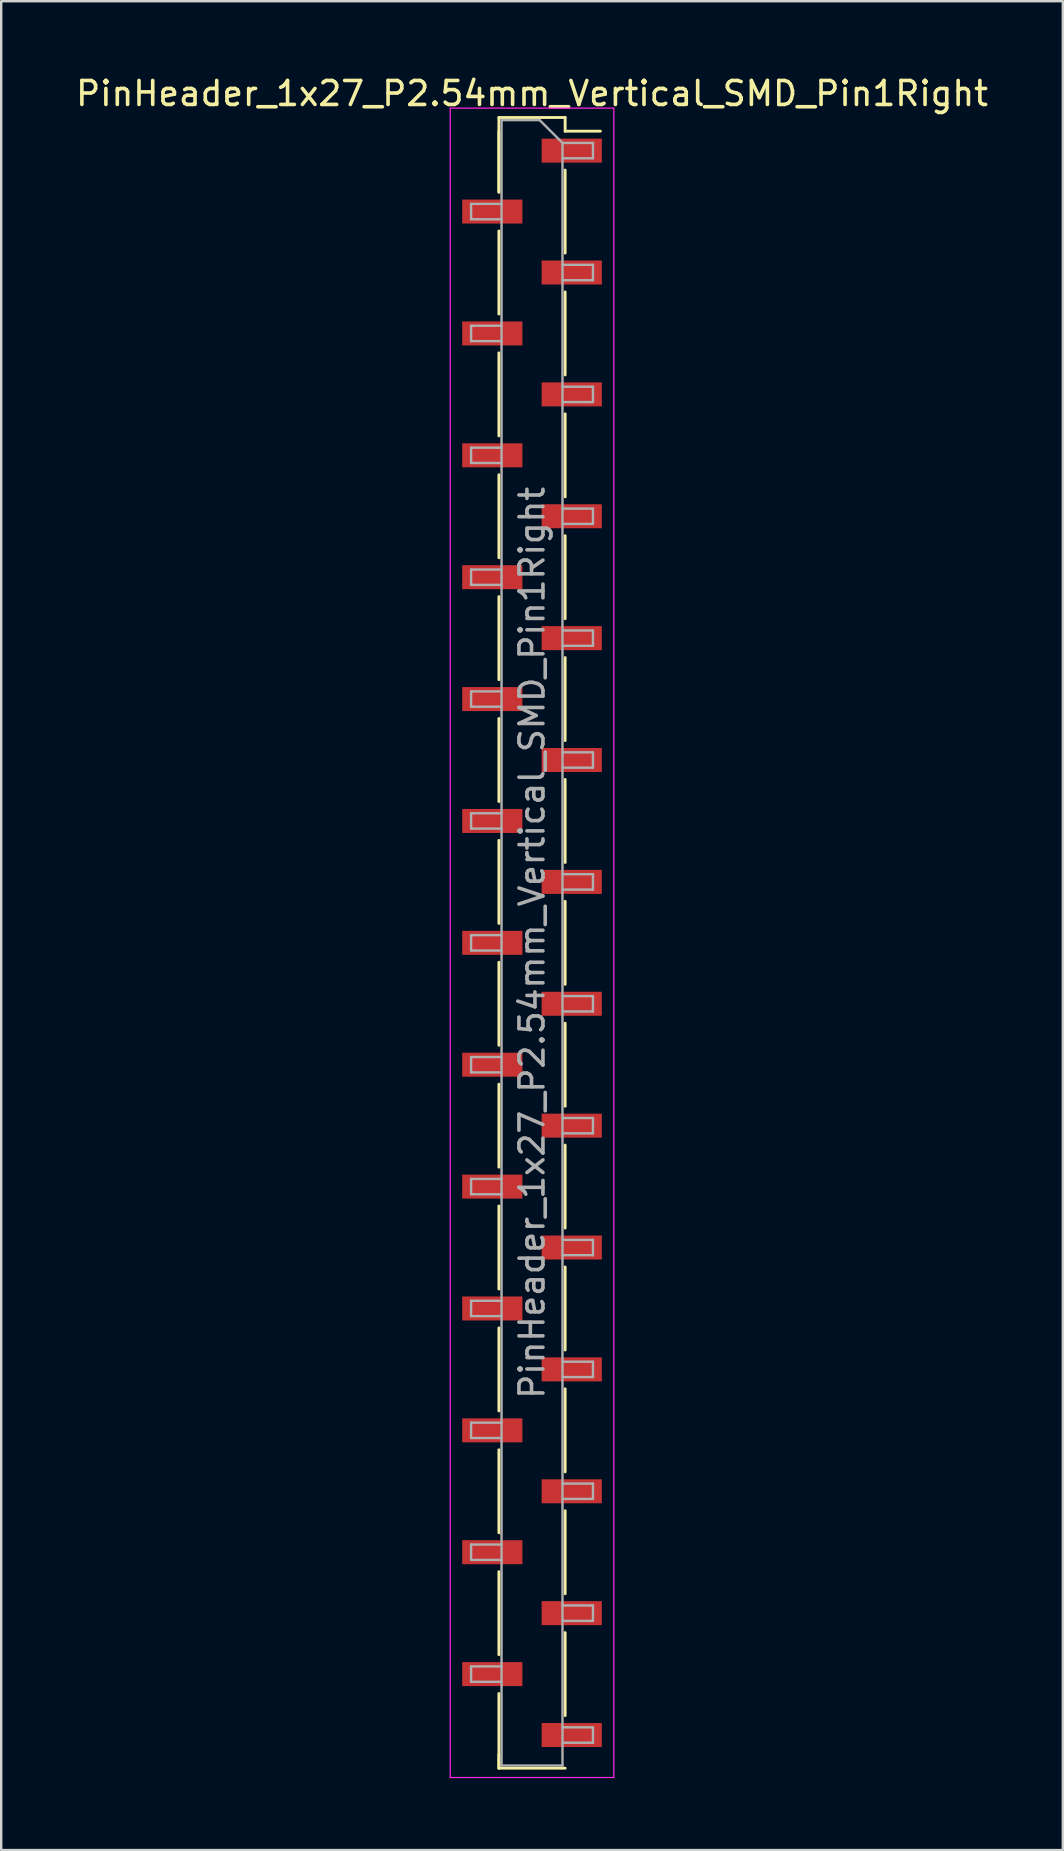
<source format=kicad_pcb>
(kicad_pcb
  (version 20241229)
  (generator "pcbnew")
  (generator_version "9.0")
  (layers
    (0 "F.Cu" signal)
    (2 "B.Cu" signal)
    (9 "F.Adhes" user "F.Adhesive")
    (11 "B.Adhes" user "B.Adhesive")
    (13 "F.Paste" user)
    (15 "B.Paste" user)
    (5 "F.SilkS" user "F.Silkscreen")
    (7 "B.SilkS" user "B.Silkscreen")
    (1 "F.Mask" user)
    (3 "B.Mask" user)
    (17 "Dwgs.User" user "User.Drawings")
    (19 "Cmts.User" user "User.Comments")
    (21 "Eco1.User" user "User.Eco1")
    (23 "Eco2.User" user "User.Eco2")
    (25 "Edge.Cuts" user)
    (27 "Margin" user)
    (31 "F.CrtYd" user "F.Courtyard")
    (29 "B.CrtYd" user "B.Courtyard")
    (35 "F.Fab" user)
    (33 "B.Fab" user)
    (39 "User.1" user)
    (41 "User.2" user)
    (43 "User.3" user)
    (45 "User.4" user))
  (footprint "PinHeader_1x27_P2.54mm_Vertical_SMD_Pin1Right"
    (layer "F.Cu")
    (at 19.125 36.248)
    (property "Reference" "PinHeader_1x27_P2.54mm_Vertical_SMD_Pin1Right" (at 0 -35.4 0) (layer "F.SilkS") (effects (font (size 1 1) (thickness 0.15))))
    (attr smd)
    (fp_line (start -1.38 -34.4) (end -1.38 -31.29) (stroke (width 0.12) (type solid)) (layer "F.SilkS"))
    (fp_line (start -1.38 -34.4) (end 1.38 -34.4) (stroke (width 0.12) (type solid)) (layer "F.SilkS"))
    (fp_line (start -1.38 -33.83) (end -1.38 -31.29) (stroke (width 0.12) (type solid)) (layer "F.SilkS"))
    (fp_line (start -1.38 -29.67) (end -1.38 -26.21) (stroke (width 0.12) (type solid)) (layer "F.SilkS"))
    (fp_line (start -1.38 -24.59) (end -1.38 -21.13) (stroke (width 0.12) (type solid)) (layer "F.SilkS"))
    (fp_line (start -1.38 -19.51) (end -1.38 -16.05) (stroke (width 0.12) (type solid)) (layer "F.SilkS"))
    (fp_line (start -1.38 -14.43) (end -1.38 -10.97) (stroke (width 0.12) (type solid)) (layer "F.SilkS"))
    (fp_line (start -1.38 -9.35) (end -1.38 -5.89) (stroke (width 0.12) (type solid)) (layer "F.SilkS"))
    (fp_line (start -1.38 -4.27) (end -1.38 -0.81) (stroke (width 0.12) (type solid)) (layer "F.SilkS"))
    (fp_line (start -1.38 0.81) (end -1.38 4.27) (stroke (width 0.12) (type solid)) (layer "F.SilkS"))
    (fp_line (start -1.38 5.89) (end -1.38 9.35) (stroke (width 0.12) (type solid)) (layer "F.SilkS"))
    (fp_line (start -1.38 10.97) (end -1.38 14.43) (stroke (width 0.12) (type solid)) (layer "F.SilkS"))
    (fp_line (start -1.38 16.05) (end -1.38 19.51) (stroke (width 0.12) (type solid)) (layer "F.SilkS"))
    (fp_line (start -1.38 21.13) (end -1.38 24.59) (stroke (width 0.12) (type solid)) (layer "F.SilkS"))
    (fp_line (start -1.38 26.21) (end -1.38 29.67) (stroke (width 0.12) (type solid)) (layer "F.SilkS"))
    (fp_line (start -1.38 31.29) (end -1.38 34.4) (stroke (width 0.12) (type solid)) (layer "F.SilkS"))
    (fp_line (start -1.38 33.83) (end -1.38 34.4) (stroke (width 0.12) (type solid)) (layer "F.SilkS"))
    (fp_line (start -1.38 34.4) (end 1.38 34.4) (stroke (width 0.12) (type solid)) (layer "F.SilkS"))
    (fp_line (start 1.38 -34.4) (end 1.38 -33.83) (stroke (width 0.12) (type solid)) (layer "F.SilkS"))
    (fp_line (start 1.38 -33.83) (end 2.85 -33.83) (stroke (width 0.12) (type solid)) (layer "F.SilkS"))
    (fp_line (start 1.38 -32.21) (end 1.38 -28.75) (stroke (width 0.12) (type solid)) (layer "F.SilkS"))
    (fp_line (start 1.38 -27.13) (end 1.38 -23.67) (stroke (width 0.12) (type solid)) (layer "F.SilkS"))
    (fp_line (start 1.38 -22.05) (end 1.38 -18.59) (stroke (width 0.12) (type solid)) (layer "F.SilkS"))
    (fp_line (start 1.38 -16.97) (end 1.38 -13.51) (stroke (width 0.12) (type solid)) (layer "F.SilkS"))
    (fp_line (start 1.38 -11.89) (end 1.38 -8.43) (stroke (width 0.12) (type solid)) (layer "F.SilkS"))
    (fp_line (start 1.38 -6.81) (end 1.38 -3.35) (stroke (width 0.12) (type solid)) (layer "F.SilkS"))
    (fp_line (start 1.38 -1.73) (end 1.38 1.73) (stroke (width 0.12) (type solid)) (layer "F.SilkS"))
    (fp_line (start 1.38 3.35) (end 1.38 6.81) (stroke (width 0.12) (type solid)) (layer "F.SilkS"))
    (fp_line (start 1.38 8.43) (end 1.38 11.89) (stroke (width 0.12) (type solid)) (layer "F.SilkS"))
    (fp_line (start 1.38 13.51) (end 1.38 16.97) (stroke (width 0.12) (type solid)) (layer "F.SilkS"))
    (fp_line (start 1.38 18.59) (end 1.38 22.05) (stroke (width 0.12) (type solid)) (layer "F.SilkS"))
    (fp_line (start 1.38 23.67) (end 1.38 27.13) (stroke (width 0.12) (type solid)) (layer "F.SilkS"))
    (fp_line (start 1.38 28.75) (end 1.38 32.21) (stroke (width 0.12) (type solid)) (layer "F.SilkS"))
    (fp_line (start -3.41 -34.79) (end -3.41 34.79) (stroke (width 0.05) (type solid)) (layer "F.CrtYd"))
    (fp_line (start -3.41 34.79) (end 3.41 34.79) (stroke (width 0.05) (type solid)) (layer "F.CrtYd"))
    (fp_line (start 3.41 -34.79) (end -3.41 -34.79) (stroke (width 0.05) (type solid)) (layer "F.CrtYd"))
    (fp_line (start 3.41 34.79) (end 3.41 -34.79) (stroke (width 0.05) (type solid)) (layer "F.CrtYd"))
    (fp_line (start -2.54 -30.8) (end -2.54 -30.16) (stroke (width 0.1) (type solid)) (layer "F.Fab"))
    (fp_line (start -2.54 -30.16) (end -1.27 -30.16) (stroke (width 0.1) (type solid)) (layer "F.Fab"))
    (fp_line (start -2.54 -25.72) (end -2.54 -25.08) (stroke (width 0.1) (type solid)) (layer "F.Fab"))
    (fp_line (start -2.54 -25.08) (end -1.27 -25.08) (stroke (width 0.1) (type solid)) (layer "F.Fab"))
    (fp_line (start -2.54 -20.64) (end -2.54 -20) (stroke (width 0.1) (type solid)) (layer "F.Fab"))
    (fp_line (start -2.54 -20) (end -1.27 -20) (stroke (width 0.1) (type solid)) (layer "F.Fab"))
    (fp_line (start -2.54 -15.56) (end -2.54 -14.92) (stroke (width 0.1) (type solid)) (layer "F.Fab"))
    (fp_line (start -2.54 -14.92) (end -1.27 -14.92) (stroke (width 0.1) (type solid)) (layer "F.Fab"))
    (fp_line (start -2.54 -10.48) (end -2.54 -9.84) (stroke (width 0.1) (type solid)) (layer "F.Fab"))
    (fp_line (start -2.54 -9.84) (end -1.27 -9.84) (stroke (width 0.1) (type solid)) (layer "F.Fab"))
    (fp_line (start -2.54 -5.4) (end -2.54 -4.76) (stroke (width 0.1) (type solid)) (layer "F.Fab"))
    (fp_line (start -2.54 -4.76) (end -1.27 -4.76) (stroke (width 0.1) (type solid)) (layer "F.Fab"))
    (fp_line (start -2.54 -0.32) (end -2.54 0.32) (stroke (width 0.1) (type solid)) (layer "F.Fab"))
    (fp_line (start -2.54 0.32) (end -1.27 0.32) (stroke (width 0.1) (type solid)) (layer "F.Fab"))
    (fp_line (start -2.54 4.76) (end -2.54 5.4) (stroke (width 0.1) (type solid)) (layer "F.Fab"))
    (fp_line (start -2.54 5.4) (end -1.27 5.4) (stroke (width 0.1) (type solid)) (layer "F.Fab"))
    (fp_line (start -2.54 9.84) (end -2.54 10.48) (stroke (width 0.1) (type solid)) (layer "F.Fab"))
    (fp_line (start -2.54 10.48) (end -1.27 10.48) (stroke (width 0.1) (type solid)) (layer "F.Fab"))
    (fp_line (start -2.54 14.92) (end -2.54 15.56) (stroke (width 0.1) (type solid)) (layer "F.Fab"))
    (fp_line (start -2.54 15.56) (end -1.27 15.56) (stroke (width 0.1) (type solid)) (layer "F.Fab"))
    (fp_line (start -2.54 20) (end -2.54 20.64) (stroke (width 0.1) (type solid)) (layer "F.Fab"))
    (fp_line (start -2.54 20.64) (end -1.27 20.64) (stroke (width 0.1) (type solid)) (layer "F.Fab"))
    (fp_line (start -2.54 25.08) (end -2.54 25.72) (stroke (width 0.1) (type solid)) (layer "F.Fab"))
    (fp_line (start -2.54 25.72) (end -1.27 25.72) (stroke (width 0.1) (type solid)) (layer "F.Fab"))
    (fp_line (start -2.54 30.16) (end -2.54 30.8) (stroke (width 0.1) (type solid)) (layer "F.Fab"))
    (fp_line (start -2.54 30.8) (end -1.27 30.8) (stroke (width 0.1) (type solid)) (layer "F.Fab"))
    (fp_line (start -1.27 -34.29) (end -1.27 34.29) (stroke (width 0.1) (type solid)) (layer "F.Fab"))
    (fp_line (start -1.27 -34.29) (end 0.32 -34.29) (stroke (width 0.1) (type solid)) (layer "F.Fab"))
    (fp_line (start -1.27 -30.8) (end -2.54 -30.8) (stroke (width 0.1) (type solid)) (layer "F.Fab"))
    (fp_line (start -1.27 -25.72) (end -2.54 -25.72) (stroke (width 0.1) (type solid)) (layer "F.Fab"))
    (fp_line (start -1.27 -20.64) (end -2.54 -20.64) (stroke (width 0.1) (type solid)) (layer "F.Fab"))
    (fp_line (start -1.27 -15.56) (end -2.54 -15.56) (stroke (width 0.1) (type solid)) (layer "F.Fab"))
    (fp_line (start -1.27 -10.48) (end -2.54 -10.48) (stroke (width 0.1) (type solid)) (layer "F.Fab"))
    (fp_line (start -1.27 -5.4) (end -2.54 -5.4) (stroke (width 0.1) (type solid)) (layer "F.Fab"))
    (fp_line (start -1.27 -0.32) (end -2.54 -0.32) (stroke (width 0.1) (type solid)) (layer "F.Fab"))
    (fp_line (start -1.27 4.76) (end -2.54 4.76) (stroke (width 0.1) (type solid)) (layer "F.Fab"))
    (fp_line (start -1.27 9.84) (end -2.54 9.84) (stroke (width 0.1) (type solid)) (layer "F.Fab"))
    (fp_line (start -1.27 14.92) (end -2.54 14.92) (stroke (width 0.1) (type solid)) (layer "F.Fab"))
    (fp_line (start -1.27 20) (end -2.54 20) (stroke (width 0.1) (type solid)) (layer "F.Fab"))
    (fp_line (start -1.27 25.08) (end -2.54 25.08) (stroke (width 0.1) (type solid)) (layer "F.Fab"))
    (fp_line (start -1.27 30.16) (end -2.54 30.16) (stroke (width 0.1) (type solid)) (layer "F.Fab"))
    (fp_line (start 1.27 -33.34) (end 0.32 -34.29) (stroke (width 0.1) (type solid)) (layer "F.Fab"))
    (fp_line (start 1.27 -33.34) (end 2.54 -33.34) (stroke (width 0.1) (type solid)) (layer "F.Fab"))
    (fp_line (start 1.27 -28.26) (end 2.54 -28.26) (stroke (width 0.1) (type solid)) (layer "F.Fab"))
    (fp_line (start 1.27 -23.18) (end 2.54 -23.18) (stroke (width 0.1) (type solid)) (layer "F.Fab"))
    (fp_line (start 1.27 -18.1) (end 2.54 -18.1) (stroke (width 0.1) (type solid)) (layer "F.Fab"))
    (fp_line (start 1.27 -13.02) (end 2.54 -13.02) (stroke (width 0.1) (type solid)) (layer "F.Fab"))
    (fp_line (start 1.27 -7.94) (end 2.54 -7.94) (stroke (width 0.1) (type solid)) (layer "F.Fab"))
    (fp_line (start 1.27 -2.86) (end 2.54 -2.86) (stroke (width 0.1) (type solid)) (layer "F.Fab"))
    (fp_line (start 1.27 2.22) (end 2.54 2.22) (stroke (width 0.1) (type solid)) (layer "F.Fab"))
    (fp_line (start 1.27 7.3) (end 2.54 7.3) (stroke (width 0.1) (type solid)) (layer "F.Fab"))
    (fp_line (start 1.27 12.38) (end 2.54 12.38) (stroke (width 0.1) (type solid)) (layer "F.Fab"))
    (fp_line (start 1.27 17.46) (end 2.54 17.46) (stroke (width 0.1) (type solid)) (layer "F.Fab"))
    (fp_line (start 1.27 22.54) (end 2.54 22.54) (stroke (width 0.1) (type solid)) (layer "F.Fab"))
    (fp_line (start 1.27 27.62) (end 2.54 27.62) (stroke (width 0.1) (type solid)) (layer "F.Fab"))
    (fp_line (start 1.27 32.7) (end 2.54 32.7) (stroke (width 0.1) (type solid)) (layer "F.Fab"))
    (fp_line (start 1.27 34.29) (end -1.27 34.29) (stroke (width 0.1) (type solid)) (layer "F.Fab"))
    (fp_line (start 1.27 34.29) (end 1.27 -33.34) (stroke (width 0.1) (type solid)) (layer "F.Fab"))
    (fp_line (start 2.54 -33.34) (end 2.54 -32.7) (stroke (width 0.1) (type solid)) (layer "F.Fab"))
    (fp_line (start 2.54 -32.7) (end 1.27 -32.7) (stroke (width 0.1) (type solid)) (layer "F.Fab"))
    (fp_line (start 2.54 -28.26) (end 2.54 -27.62) (stroke (width 0.1) (type solid)) (layer "F.Fab"))
    (fp_line (start 2.54 -27.62) (end 1.27 -27.62) (stroke (width 0.1) (type solid)) (layer "F.Fab"))
    (fp_line (start 2.54 -23.18) (end 2.54 -22.54) (stroke (width 0.1) (type solid)) (layer "F.Fab"))
    (fp_line (start 2.54 -22.54) (end 1.27 -22.54) (stroke (width 0.1) (type solid)) (layer "F.Fab"))
    (fp_line (start 2.54 -18.1) (end 2.54 -17.46) (stroke (width 0.1) (type solid)) (layer "F.Fab"))
    (fp_line (start 2.54 -17.46) (end 1.27 -17.46) (stroke (width 0.1) (type solid)) (layer "F.Fab"))
    (fp_line (start 2.54 -13.02) (end 2.54 -12.38) (stroke (width 0.1) (type solid)) (layer "F.Fab"))
    (fp_line (start 2.54 -12.38) (end 1.27 -12.38) (stroke (width 0.1) (type solid)) (layer "F.Fab"))
    (fp_line (start 2.54 -7.94) (end 2.54 -7.3) (stroke (width 0.1) (type solid)) (layer "F.Fab"))
    (fp_line (start 2.54 -7.3) (end 1.27 -7.3) (stroke (width 0.1) (type solid)) (layer "F.Fab"))
    (fp_line (start 2.54 -2.86) (end 2.54 -2.22) (stroke (width 0.1) (type solid)) (layer "F.Fab"))
    (fp_line (start 2.54 -2.22) (end 1.27 -2.22) (stroke (width 0.1) (type solid)) (layer "F.Fab"))
    (fp_line (start 2.54 2.22) (end 2.54 2.86) (stroke (width 0.1) (type solid)) (layer "F.Fab"))
    (fp_line (start 2.54 2.86) (end 1.27 2.86) (stroke (width 0.1) (type solid)) (layer "F.Fab"))
    (fp_line (start 2.54 7.3) (end 2.54 7.94) (stroke (width 0.1) (type solid)) (layer "F.Fab"))
    (fp_line (start 2.54 7.94) (end 1.27 7.94) (stroke (width 0.1) (type solid)) (layer "F.Fab"))
    (fp_line (start 2.54 12.38) (end 2.54 13.02) (stroke (width 0.1) (type solid)) (layer "F.Fab"))
    (fp_line (start 2.54 13.02) (end 1.27 13.02) (stroke (width 0.1) (type solid)) (layer "F.Fab"))
    (fp_line (start 2.54 17.46) (end 2.54 18.1) (stroke (width 0.1) (type solid)) (layer "F.Fab"))
    (fp_line (start 2.54 18.1) (end 1.27 18.1) (stroke (width 0.1) (type solid)) (layer "F.Fab"))
    (fp_line (start 2.54 22.54) (end 2.54 23.18) (stroke (width 0.1) (type solid)) (layer "F.Fab"))
    (fp_line (start 2.54 23.18) (end 1.27 23.18) (stroke (width 0.1) (type solid)) (layer "F.Fab"))
    (fp_line (start 2.54 27.62) (end 2.54 28.26) (stroke (width 0.1) (type solid)) (layer "F.Fab"))
    (fp_line (start 2.54 28.26) (end 1.27 28.26) (stroke (width 0.1) (type solid)) (layer "F.Fab"))
    (fp_line (start 2.54 32.7) (end 2.54 33.34) (stroke (width 0.1) (type solid)) (layer "F.Fab"))
    (fp_line (start 2.54 33.34) (end 1.27 33.34) (stroke (width 0.1) (type solid)) (layer "F.Fab"))
    (fp_text user "${REFERENCE}" (at 0 0 90) (layer "F.Fab") (effects (font (size 1 1) (thickness 0.15))))
    (pad "1" smd rect (at 1.655 -33.02) (size 2.51 1) (layers "F.Cu" "F.Mask" "F.Paste"))
    (pad "2" smd rect (at -1.655 -30.48) (size 2.51 1) (layers "F.Cu" "F.Mask" "F.Paste"))
    (pad "3" smd rect (at 1.655 -27.94) (size 2.51 1) (layers "F.Cu" "F.Mask" "F.Paste"))
    (pad "4" smd rect (at -1.655 -25.4) (size 2.51 1) (layers "F.Cu" "F.Mask" "F.Paste"))
    (pad "5" smd rect (at 1.655 -22.86) (size 2.51 1) (layers "F.Cu" "F.Mask" "F.Paste"))
    (pad "6" smd rect (at -1.655 -20.32) (size 2.51 1) (layers "F.Cu" "F.Mask" "F.Paste"))
    (pad "7" smd rect (at 1.655 -17.78) (size 2.51 1) (layers "F.Cu" "F.Mask" "F.Paste"))
    (pad "8" smd rect (at -1.655 -15.24) (size 2.51 1) (layers "F.Cu" "F.Mask" "F.Paste"))
    (pad "9" smd rect (at 1.655 -12.7) (size 2.51 1) (layers "F.Cu" "F.Mask" "F.Paste"))
    (pad "10" smd rect (at -1.655 -10.16) (size 2.51 1) (layers "F.Cu" "F.Mask" "F.Paste"))
    (pad "11" smd rect (at 1.655 -7.62) (size 2.51 1) (layers "F.Cu" "F.Mask" "F.Paste"))
    (pad "12" smd rect (at -1.655 -5.08) (size 2.51 1) (layers "F.Cu" "F.Mask" "F.Paste"))
    (pad "13" smd rect (at 1.655 -2.54) (size 2.51 1) (layers "F.Cu" "F.Mask" "F.Paste"))
    (pad "14" smd rect (at -1.655 0) (size 2.51 1) (layers "F.Cu" "F.Mask" "F.Paste"))
    (pad "15" smd rect (at 1.655 2.54) (size 2.51 1) (layers "F.Cu" "F.Mask" "F.Paste"))
    (pad "16" smd rect (at -1.655 5.08) (size 2.51 1) (layers "F.Cu" "F.Mask" "F.Paste"))
    (pad "17" smd rect (at 1.655 7.62) (size 2.51 1) (layers "F.Cu" "F.Mask" "F.Paste"))
    (pad "18" smd rect (at -1.655 10.16) (size 2.51 1) (layers "F.Cu" "F.Mask" "F.Paste"))
    (pad "19" smd rect (at 1.655 12.7) (size 2.51 1) (layers "F.Cu" "F.Mask" "F.Paste"))
    (pad "20" smd rect (at -1.655 15.24) (size 2.51 1) (layers "F.Cu" "F.Mask" "F.Paste"))
    (pad "21" smd rect (at 1.655 17.78) (size 2.51 1) (layers "F.Cu" "F.Mask" "F.Paste"))
    (pad "22" smd rect (at -1.655 20.32) (size 2.51 1) (layers "F.Cu" "F.Mask" "F.Paste"))
    (pad "23" smd rect (at 1.655 22.86) (size 2.51 1) (layers "F.Cu" "F.Mask" "F.Paste"))
    (pad "24" smd rect (at -1.655 25.4) (size 2.51 1) (layers "F.Cu" "F.Mask" "F.Paste"))
    (pad "25" smd rect (at 1.655 27.94) (size 2.51 1) (layers "F.Cu" "F.Mask" "F.Paste"))
    (pad "26" smd rect (at -1.655 30.48) (size 2.51 1) (layers "F.Cu" "F.Mask" "F.Paste"))
    (pad "27" smd rect (at 1.655 33.02) (size 2.51 1) (layers "F.Cu" "F.Mask" "F.Paste")))
  (gr_rect
    (start -3 -3)
    (end 41.25 74.063)
    (stroke (width 0.1) (type default))
    (fill no)
    (layer "Edge.Cuts")))
</source>
